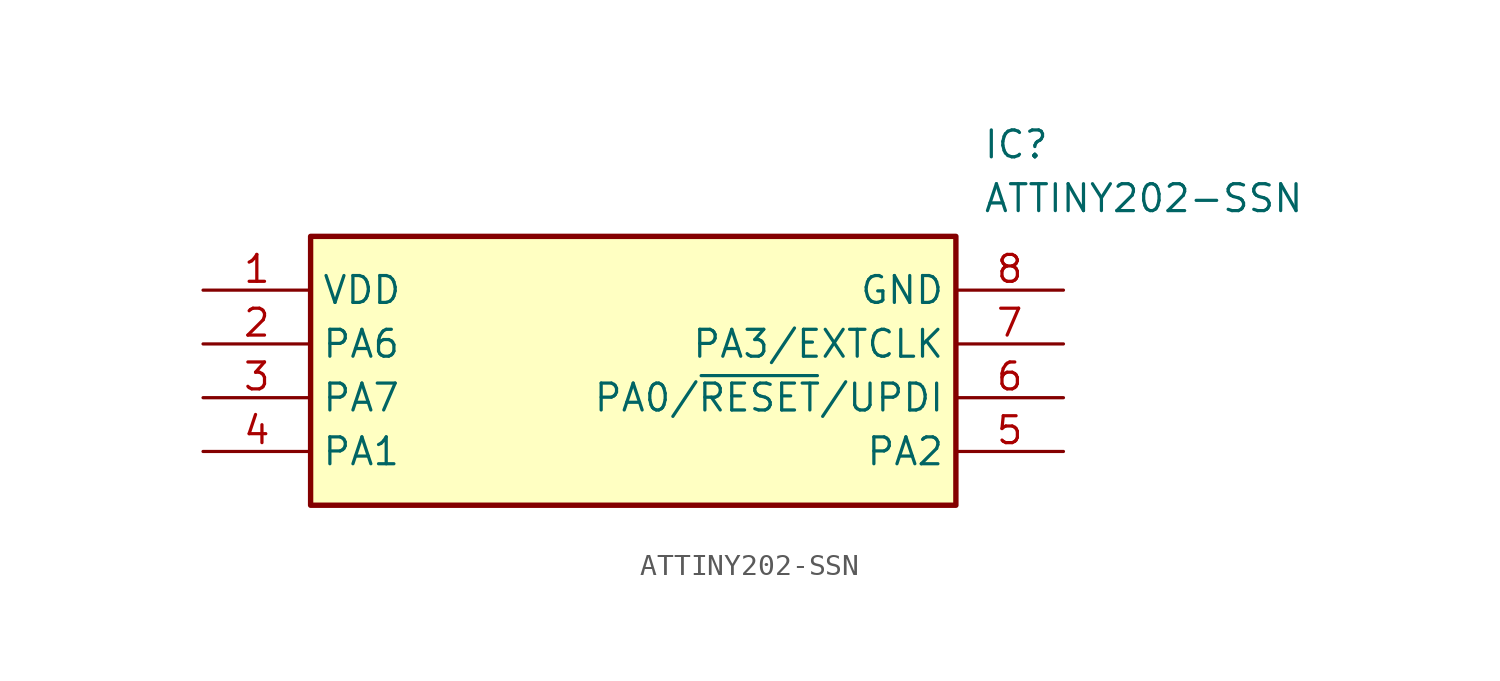
<source format=kicad_sym>
(kicad_symbol_lib
  (version 20241209)
  (generator "kicad_symbol_editor")
  (generator_version "9.0")
  (symbol "ATTINY202-SSN"
    (property "Reference" "IC"
      (at 36.83 7.62 0)
      (effects (font (size 1.27 1.27)) (justify left top)))
    (property "Value" "ATTINY202-SSN"
      (at 36.83 5.08 0)
      (effects (font (size 1.27 1.27)) (justify left top)))
    (symbol "ATTINY202-SSN_1_1"
      (rectangle (start 5.08 2.54) (end 35.56 -10.16) (stroke (width 0.254) (type default)) (fill (type background)))
      (pin passive line (at 0 0 0) (length 5.08) (name "VDD" (effects (font (size 1.27 1.27)))) (number "1" (effects (font (size 1.27 1.27)))))
      (pin passive line (at 0 -2.54 0) (length 5.08) (name "PA6" (effects (font (size 1.27 1.27)))) (number "2" (effects (font (size 1.27 1.27)))))
      (pin passive line (at 0 -5.08 0) (length 5.08) (name "PA7" (effects (font (size 1.27 1.27)))) (number "3" (effects (font (size 1.27 1.27)))))
      (pin passive line (at 0 -7.62 0) (length 5.08) (name "PA1" (effects (font (size 1.27 1.27)))) (number "4" (effects (font (size 1.27 1.27)))))
      (pin passive line (at 40.64 0 180) (length 5.08) (name "GND" (effects (font (size 1.27 1.27)))) (number "8" (effects (font (size 1.27 1.27)))))
      (pin passive line (at 40.64 -2.54 180) (length 5.08) (name "PA3/EXTCLK" (effects (font (size 1.27 1.27)))) (number "7" (effects (font (size 1.27 1.27)))))
      (pin passive line (at 40.64 -5.08 180) (length 5.08) (name "PA0/~{RESET}/UPDI" (effects (font (size 1.27 1.27)))) (number "6" (effects (font (size 1.27 1.27)))))
      (pin passive line (at 40.64 -7.62 180) (length 5.08) (name "PA2" (effects (font (size 1.27 1.27)))) (number "5" (effects (font (size 1.27 1.27))))))))
</source>
